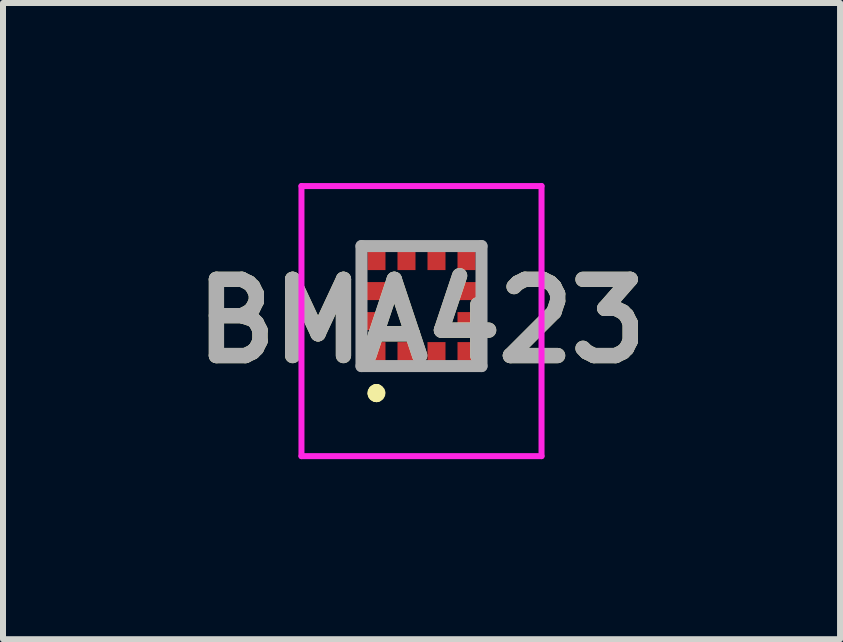
<source format=kicad_pcb>
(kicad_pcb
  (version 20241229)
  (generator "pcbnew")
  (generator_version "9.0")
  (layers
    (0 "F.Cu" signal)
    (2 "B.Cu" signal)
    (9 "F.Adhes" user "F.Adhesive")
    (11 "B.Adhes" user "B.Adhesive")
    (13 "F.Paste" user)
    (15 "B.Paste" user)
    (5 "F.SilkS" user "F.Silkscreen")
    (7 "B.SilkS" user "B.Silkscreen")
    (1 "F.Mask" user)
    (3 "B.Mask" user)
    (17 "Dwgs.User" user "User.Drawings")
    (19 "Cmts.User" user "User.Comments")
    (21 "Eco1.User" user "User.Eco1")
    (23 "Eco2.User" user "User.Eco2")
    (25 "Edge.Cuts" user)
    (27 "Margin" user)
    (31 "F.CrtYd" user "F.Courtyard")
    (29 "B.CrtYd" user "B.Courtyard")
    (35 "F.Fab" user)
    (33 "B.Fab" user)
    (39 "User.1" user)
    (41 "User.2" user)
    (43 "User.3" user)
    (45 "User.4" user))
  (footprint "BMA423"
    (layer "F.Cu")
    (at 3.973 2.05)
    (property "Reference" "BMA423" (at 0 0.25 0) (layer "F.SilkS") (effects (font (size 1.27 1.27) (thickness 0.254))))
    (attr smd)
    (fp_line (start -0.75 1.4) (end -0.75 1.4) (stroke (width 0.2) (type solid)) (layer "F.SilkS"))
    (fp_line (start -0.75 1.4) (end -0.75 1.4) (stroke (width 0.2) (type solid)) (layer "F.SilkS"))
    (fp_line (start -0.75 1.5) (end -0.75 1.5) (stroke (width 0.2) (type solid)) (layer "F.SilkS"))
    (fp_arc (start -0.75 1.4) (mid -0.7 1.45) (end -0.75 1.5) (stroke (width 0.2) (type solid)) (layer "F.SilkS"))
    (fp_arc (start -0.75 1.5) (mid -0.8 1.45) (end -0.75 1.4) (stroke (width 0.2) (type solid)) (layer "F.SilkS"))
    (fp_arc (start -0.75 1.5) (mid -0.8 1.45) (end -0.75 1.4) (stroke (width 0.2) (type solid)) (layer "F.SilkS"))
    (fp_line (start -2 -2) (end 2 -2) (stroke (width 0.1) (type solid)) (layer "F.CrtYd"))
    (fp_line (start -2 2.5) (end -2 -2) (stroke (width 0.1) (type solid)) (layer "F.CrtYd"))
    (fp_line (start 2 -2) (end 2 2.5) (stroke (width 0.1) (type solid)) (layer "F.CrtYd"))
    (fp_line (start 2 2.5) (end -2 2.5) (stroke (width 0.1) (type solid)) (layer "F.CrtYd"))
    (fp_line (start -1 -1) (end 1 -1) (stroke (width 0.2) (type solid)) (layer "F.Fab"))
    (fp_line (start -1 1) (end -1 -1) (stroke (width 0.2) (type solid)) (layer "F.Fab"))
    (fp_line (start 1 -1) (end 1 1) (stroke (width 0.2) (type solid)) (layer "F.Fab"))
    (fp_line (start 1 1) (end -1 1) (stroke (width 0.2) (type solid)) (layer "F.Fab"))
    (fp_text user "${REFERENCE}" (at 0 0.25 0) (layer "F.Fab") (effects (font (size 1.27 1.27) (thickness 0.254))))
    (pad "1" smd rect (at -0.75 0.775) (size 0.3 0.35) (layers "F.Cu" "F.Mask" "F.Paste"))
    (pad "2" smd rect (at -0.25 0.775) (size 0.3 0.35) (layers "F.Cu" "F.Mask" "F.Paste"))
    (pad "3" smd rect (at 0.25 0.775) (size 0.3 0.35) (layers "F.Cu" "F.Mask" "F.Paste"))
    (pad "4" smd rect (at 0.75 0.775) (size 0.3 0.35) (layers "F.Cu" "F.Mask" "F.Paste"))
    (pad "5" smd rect (at 0.775 0.25 90) (size 0.3 0.35) (layers "F.Cu" "F.Mask" "F.Paste"))
    (pad "6" smd rect (at 0.775 -0.25 90) (size 0.3 0.35) (layers "F.Cu" "F.Mask" "F.Paste"))
    (pad "7" smd rect (at 0.75 -0.775) (size 0.3 0.35) (layers "F.Cu" "F.Mask" "F.Paste"))
    (pad "8" smd rect (at 0.25 -0.775) (size 0.3 0.35) (layers "F.Cu" "F.Mask" "F.Paste"))
    (pad "9" smd rect (at -0.25 -0.775) (size 0.3 0.35) (layers "F.Cu" "F.Mask" "F.Paste"))
    (pad "10" smd rect (at -0.75 -0.775) (size 0.3 0.35) (layers "F.Cu" "F.Mask" "F.Paste"))
    (pad "11" smd rect (at -0.775 -0.25 90) (size 0.3 0.35) (layers "F.Cu" "F.Mask" "F.Paste"))
    (pad "12" smd rect (at -0.775 0.25 90) (size 0.3 0.35) (layers "F.Cu" "F.Mask" "F.Paste")))
  (gr_rect
    (start -3 -3)
    (end 10.947 7.6)
    (stroke (width 0.1) (type default))
    (fill no)
    (layer "Edge.Cuts")))
</source>
